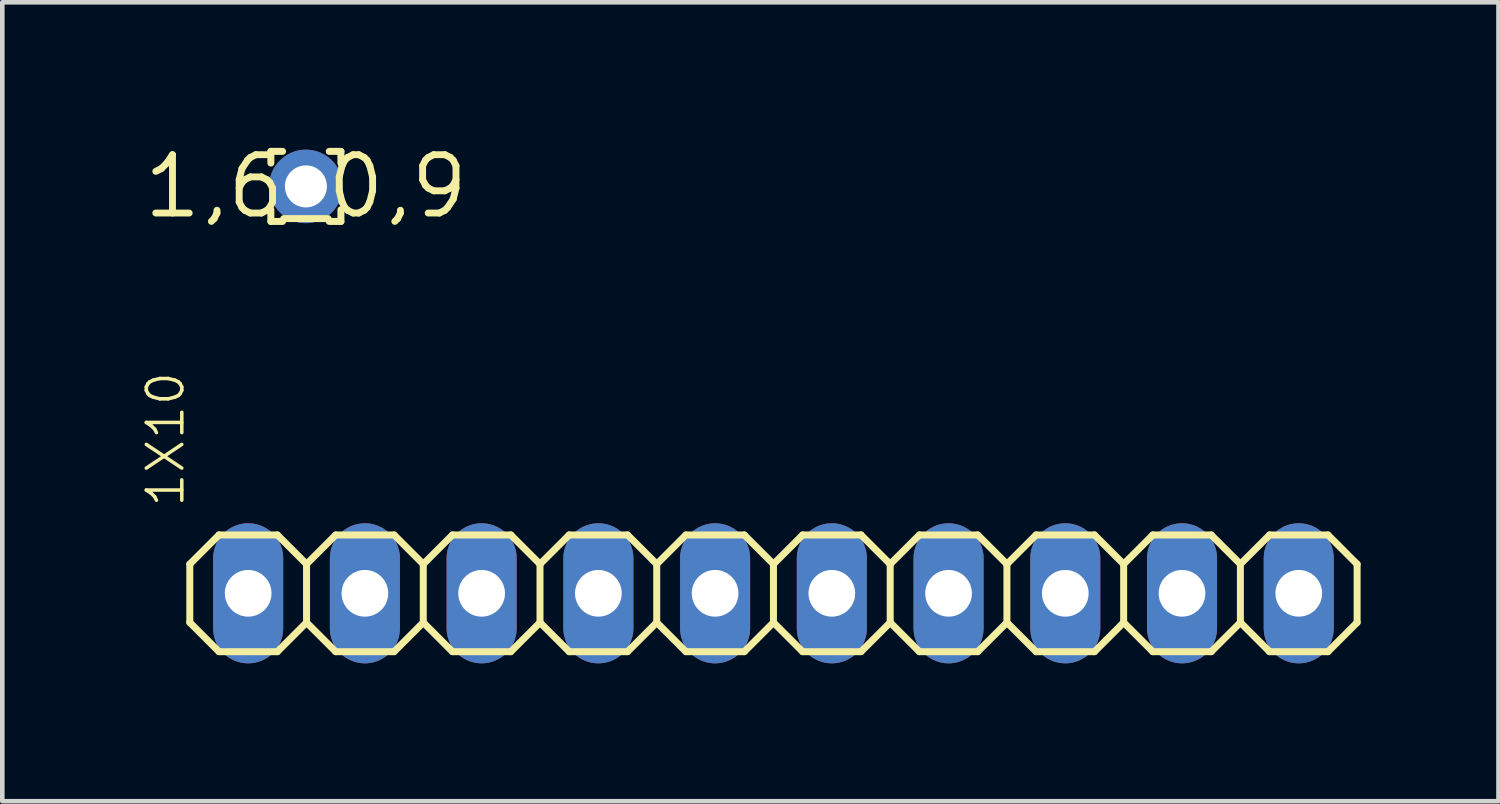
<source format=kicad_pcb>
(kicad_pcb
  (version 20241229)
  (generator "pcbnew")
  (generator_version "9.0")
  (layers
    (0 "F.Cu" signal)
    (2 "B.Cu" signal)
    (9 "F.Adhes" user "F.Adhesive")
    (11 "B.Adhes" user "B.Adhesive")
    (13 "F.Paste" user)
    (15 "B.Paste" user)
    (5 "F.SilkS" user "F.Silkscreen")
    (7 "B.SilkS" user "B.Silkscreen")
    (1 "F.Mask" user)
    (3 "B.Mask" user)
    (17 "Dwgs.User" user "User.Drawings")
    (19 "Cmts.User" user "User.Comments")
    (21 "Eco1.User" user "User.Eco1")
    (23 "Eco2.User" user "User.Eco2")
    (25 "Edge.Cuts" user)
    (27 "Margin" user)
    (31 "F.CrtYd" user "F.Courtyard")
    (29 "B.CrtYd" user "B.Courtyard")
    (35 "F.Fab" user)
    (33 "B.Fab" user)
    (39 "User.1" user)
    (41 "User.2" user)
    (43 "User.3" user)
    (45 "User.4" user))
  (footprint "1X10"
    (layer "F.Cu")
    (at 13.78 9.86)
    (property "Reference" "1X10" (at -12.776 -1.829 90) (layer "F.SilkS") (effects (font (size 0.772 0.772) (thickness 0.077)) (justify left bottom)))
    (attr through_hole)
    (fp_line (start -12.7 -0.635) (end -12.7 0.635) (stroke (width 0.152) (type solid)) (layer "F.SilkS"))
    (fp_line (start -12.7 0.635) (end -12.065 1.27) (stroke (width 0.152) (type solid)) (layer "F.SilkS"))
    (fp_line (start -12.065 -1.27) (end -12.7 -0.635) (stroke (width 0.152) (type solid)) (layer "F.SilkS"))
    (fp_line (start -12.065 -1.27) (end -10.795 -1.27) (stroke (width 0.152) (type solid)) (layer "F.SilkS"))
    (fp_line (start -10.795 -1.27) (end -10.16 -0.635) (stroke (width 0.152) (type solid)) (layer "F.SilkS"))
    (fp_line (start -10.795 1.27) (end -12.065 1.27) (stroke (width 0.152) (type solid)) (layer "F.SilkS"))
    (fp_line (start -10.16 -0.635) (end -10.16 0.635) (stroke (width 0.152) (type solid)) (layer "F.SilkS"))
    (fp_line (start -10.16 -0.635) (end -9.525 -1.27) (stroke (width 0.152) (type solid)) (layer "F.SilkS"))
    (fp_line (start -10.16 0.635) (end -10.795 1.27) (stroke (width 0.152) (type solid)) (layer "F.SilkS"))
    (fp_line (start -9.525 -1.27) (end -8.255 -1.27) (stroke (width 0.152) (type solid)) (layer "F.SilkS"))
    (fp_line (start -9.525 1.27) (end -10.16 0.635) (stroke (width 0.152) (type solid)) (layer "F.SilkS"))
    (fp_line (start -8.255 -1.27) (end -7.62 -0.635) (stroke (width 0.152) (type solid)) (layer "F.SilkS"))
    (fp_line (start -8.255 1.27) (end -9.525 1.27) (stroke (width 0.152) (type solid)) (layer "F.SilkS"))
    (fp_line (start -7.62 -0.635) (end -7.62 0.635) (stroke (width 0.152) (type solid)) (layer "F.SilkS"))
    (fp_line (start -7.62 -0.635) (end -6.985 -1.27) (stroke (width 0.152) (type solid)) (layer "F.SilkS"))
    (fp_line (start -7.62 0.635) (end -8.255 1.27) (stroke (width 0.152) (type solid)) (layer "F.SilkS"))
    (fp_line (start -6.985 -1.27) (end -5.715 -1.27) (stroke (width 0.152) (type solid)) (layer "F.SilkS"))
    (fp_line (start -6.985 1.27) (end -7.62 0.635) (stroke (width 0.152) (type solid)) (layer "F.SilkS"))
    (fp_line (start -5.715 -1.27) (end -5.08 -0.635) (stroke (width 0.152) (type solid)) (layer "F.SilkS"))
    (fp_line (start -5.715 1.27) (end -6.985 1.27) (stroke (width 0.152) (type solid)) (layer "F.SilkS"))
    (fp_line (start -5.08 -0.635) (end -5.08 0.635) (stroke (width 0.152) (type solid)) (layer "F.SilkS"))
    (fp_line (start -5.08 0.635) (end -5.715 1.27) (stroke (width 0.152) (type solid)) (layer "F.SilkS"))
    (fp_line (start -5.08 0.635) (end -4.445 1.27) (stroke (width 0.152) (type solid)) (layer "F.SilkS"))
    (fp_line (start -4.445 -1.27) (end -5.08 -0.635) (stroke (width 0.152) (type solid)) (layer "F.SilkS"))
    (fp_line (start -4.445 -1.27) (end -3.175 -1.27) (stroke (width 0.152) (type solid)) (layer "F.SilkS"))
    (fp_line (start -3.175 -1.27) (end -2.54 -0.635) (stroke (width 0.152) (type solid)) (layer "F.SilkS"))
    (fp_line (start -3.175 1.27) (end -4.445 1.27) (stroke (width 0.152) (type solid)) (layer "F.SilkS"))
    (fp_line (start -2.54 -0.635) (end -2.54 0.635) (stroke (width 0.152) (type solid)) (layer "F.SilkS"))
    (fp_line (start -2.54 -0.635) (end -1.905 -1.27) (stroke (width 0.152) (type solid)) (layer "F.SilkS"))
    (fp_line (start -2.54 0.635) (end -3.175 1.27) (stroke (width 0.152) (type solid)) (layer "F.SilkS"))
    (fp_line (start -1.905 -1.27) (end -0.635 -1.27) (stroke (width 0.152) (type solid)) (layer "F.SilkS"))
    (fp_line (start -1.905 1.27) (end -2.54 0.635) (stroke (width 0.152) (type solid)) (layer "F.SilkS"))
    (fp_line (start -0.635 -1.27) (end 0 -0.635) (stroke (width 0.152) (type solid)) (layer "F.SilkS"))
    (fp_line (start -0.635 1.27) (end -1.905 1.27) (stroke (width 0.152) (type solid)) (layer "F.SilkS"))
    (fp_line (start 0 -0.635) (end 0 0.635) (stroke (width 0.152) (type solid)) (layer "F.SilkS"))
    (fp_line (start 0 -0.635) (end 0.635 -1.27) (stroke (width 0.152) (type solid)) (layer "F.SilkS"))
    (fp_line (start 0 0.635) (end -0.635 1.27) (stroke (width 0.152) (type solid)) (layer "F.SilkS"))
    (fp_line (start 0.635 -1.27) (end 1.905 -1.27) (stroke (width 0.152) (type solid)) (layer "F.SilkS"))
    (fp_line (start 0.635 1.27) (end 0 0.635) (stroke (width 0.152) (type solid)) (layer "F.SilkS"))
    (fp_line (start 1.905 -1.27) (end 2.54 -0.635) (stroke (width 0.152) (type solid)) (layer "F.SilkS"))
    (fp_line (start 1.905 1.27) (end 0.635 1.27) (stroke (width 0.152) (type solid)) (layer "F.SilkS"))
    (fp_line (start 2.54 -0.635) (end 2.54 0.635) (stroke (width 0.152) (type solid)) (layer "F.SilkS"))
    (fp_line (start 2.54 0.635) (end 1.905 1.27) (stroke (width 0.152) (type solid)) (layer "F.SilkS"))
    (fp_line (start 2.54 0.635) (end 3.175 1.27) (stroke (width 0.152) (type solid)) (layer "F.SilkS"))
    (fp_line (start 3.175 -1.27) (end 2.54 -0.635) (stroke (width 0.152) (type solid)) (layer "F.SilkS"))
    (fp_line (start 3.175 -1.27) (end 4.445 -1.27) (stroke (width 0.152) (type solid)) (layer "F.SilkS"))
    (fp_line (start 4.445 -1.27) (end 5.08 -0.635) (stroke (width 0.152) (type solid)) (layer "F.SilkS"))
    (fp_line (start 4.445 1.27) (end 3.175 1.27) (stroke (width 0.152) (type solid)) (layer "F.SilkS"))
    (fp_line (start 5.08 -0.635) (end 5.08 0.635) (stroke (width 0.152) (type solid)) (layer "F.SilkS"))
    (fp_line (start 5.08 -0.635) (end 5.715 -1.27) (stroke (width 0.152) (type solid)) (layer "F.SilkS"))
    (fp_line (start 5.08 0.635) (end 4.445 1.27) (stroke (width 0.152) (type solid)) (layer "F.SilkS"))
    (fp_line (start 5.715 -1.27) (end 6.985 -1.27) (stroke (width 0.152) (type solid)) (layer "F.SilkS"))
    (fp_line (start 5.715 1.27) (end 5.08 0.635) (stroke (width 0.152) (type solid)) (layer "F.SilkS"))
    (fp_line (start 6.985 -1.27) (end 7.62 -0.635) (stroke (width 0.152) (type solid)) (layer "F.SilkS"))
    (fp_line (start 6.985 1.27) (end 5.715 1.27) (stroke (width 0.152) (type solid)) (layer "F.SilkS"))
    (fp_line (start 7.62 -0.635) (end 7.62 0.635) (stroke (width 0.152) (type solid)) (layer "F.SilkS"))
    (fp_line (start 7.62 -0.635) (end 8.255 -1.27) (stroke (width 0.152) (type solid)) (layer "F.SilkS"))
    (fp_line (start 7.62 0.635) (end 6.985 1.27) (stroke (width 0.152) (type solid)) (layer "F.SilkS"))
    (fp_line (start 8.255 -1.27) (end 9.525 -1.27) (stroke (width 0.152) (type solid)) (layer "F.SilkS"))
    (fp_line (start 8.255 1.27) (end 7.62 0.635) (stroke (width 0.152) (type solid)) (layer "F.SilkS"))
    (fp_line (start 9.525 -1.27) (end 10.16 -0.635) (stroke (width 0.152) (type solid)) (layer "F.SilkS"))
    (fp_line (start 9.525 1.27) (end 8.255 1.27) (stroke (width 0.152) (type solid)) (layer "F.SilkS"))
    (fp_line (start 10.16 -0.635) (end 10.16 0.635) (stroke (width 0.152) (type solid)) (layer "F.SilkS"))
    (fp_line (start 10.16 0.635) (end 9.525 1.27) (stroke (width 0.152) (type solid)) (layer "F.SilkS"))
    (fp_line (start 10.16 0.635) (end 10.795 1.27) (stroke (width 0.152) (type solid)) (layer "F.SilkS"))
    (fp_line (start 10.795 -1.27) (end 10.16 -0.635) (stroke (width 0.152) (type solid)) (layer "F.SilkS"))
    (fp_line (start 10.795 -1.27) (end 12.065 -1.27) (stroke (width 0.152) (type solid)) (layer "F.SilkS"))
    (fp_line (start 12.065 -1.27) (end 12.7 -0.635) (stroke (width 0.152) (type solid)) (layer "F.SilkS"))
    (fp_line (start 12.065 1.27) (end 10.795 1.27) (stroke (width 0.152) (type solid)) (layer "F.SilkS"))
    (fp_line (start 12.7 -0.635) (end 12.7 0.635) (stroke (width 0.152) (type solid)) (layer "F.SilkS"))
    (fp_line (start 12.7 0.635) (end 12.065 1.27) (stroke (width 0.152) (type solid)) (layer "F.SilkS"))
    (fp_poly (pts (xy -11.684 0.254) (xy -11.176 0.254) (xy -11.176 -0.254) (xy -11.684 -0.254)) (stroke (width 0.1) (type solid)) (fill no) (layer "F.Fab"))
    (fp_poly (pts (xy -9.144 0.254) (xy -8.636 0.254) (xy -8.636 -0.254) (xy -9.144 -0.254)) (stroke (width 0.1) (type solid)) (fill no) (layer "F.Fab"))
    (fp_poly (pts (xy -6.604 0.254) (xy -6.096 0.254) (xy -6.096 -0.254) (xy -6.604 -0.254)) (stroke (width 0.1) (type solid)) (fill no) (layer "F.Fab"))
    (fp_poly (pts (xy -4.064 0.254) (xy -3.556 0.254) (xy -3.556 -0.254) (xy -4.064 -0.254)) (stroke (width 0.1) (type solid)) (fill no) (layer "F.Fab"))
    (fp_poly (pts (xy -1.524 0.254) (xy -1.016 0.254) (xy -1.016 -0.254) (xy -1.524 -0.254)) (stroke (width 0.1) (type solid)) (fill no) (layer "F.Fab"))
    (fp_poly (pts (xy 1.016 0.254) (xy 1.524 0.254) (xy 1.524 -0.254) (xy 1.016 -0.254)) (stroke (width 0.1) (type solid)) (fill no) (layer "F.Fab"))
    (fp_poly (pts (xy 3.556 0.254) (xy 4.064 0.254) (xy 4.064 -0.254) (xy 3.556 -0.254)) (stroke (width 0.1) (type solid)) (fill no) (layer "F.Fab"))
    (fp_poly (pts (xy 6.096 0.254) (xy 6.604 0.254) (xy 6.604 -0.254) (xy 6.096 -0.254)) (stroke (width 0.1) (type solid)) (fill no) (layer "F.Fab"))
    (fp_poly (pts (xy 8.636 0.254) (xy 9.144 0.254) (xy 9.144 -0.254) (xy 8.636 -0.254)) (stroke (width 0.1) (type solid)) (fill no) (layer "F.Fab"))
    (fp_poly (pts (xy 11.176 0.254) (xy 11.684 0.254) (xy 11.684 -0.254) (xy 11.176 -0.254)) (stroke (width 0.1) (type solid)) (fill no) (layer "F.Fab"))
    (pad "1" thru_hole oval (at -11.43 0 90) (size 3.048 1.524) (drill 1.016) (layers "*.Cu" "*.Mask"))
    (pad "2" thru_hole oval (at -8.89 0 90) (size 3.048 1.524) (drill 1.016) (layers "*.Cu" "*.Mask"))
    (pad "3" thru_hole oval (at -6.35 0 90) (size 3.048 1.524) (drill 1.016) (layers "*.Cu" "*.Mask"))
    (pad "4" thru_hole oval (at -3.81 0 90) (size 3.048 1.524) (drill 1.016) (layers "*.Cu" "*.Mask"))
    (pad "5" thru_hole oval (at -1.27 0 90) (size 3.048 1.524) (drill 1.016) (layers "*.Cu" "*.Mask"))
    (pad "6" thru_hole oval (at 1.27 0 90) (size 3.048 1.524) (drill 1.016) (layers "*.Cu" "*.Mask"))
    (pad "7" thru_hole oval (at 3.81 0 90) (size 3.048 1.524) (drill 1.016) (layers "*.Cu" "*.Mask"))
    (pad "8" thru_hole oval (at 6.35 0 90) (size 3.048 1.524) (drill 1.016) (layers "*.Cu" "*.Mask"))
    (pad "9" thru_hole oval (at 8.89 0 90) (size 3.048 1.524) (drill 1.016) (layers "*.Cu" "*.Mask"))
    (pad "10" thru_hole oval (at 11.43 0 90) (size 3.048 1.524) (drill 1.016) (layers "*.Cu" "*.Mask")))
  (footprint "1,6_0,9"
    (layer "F.Cu")
    (at 3.606 1.006)
    (property "Reference" "1,6_0,9" (at 0 0 0) (layer "F.SilkS") (effects (font (size 1.27 1.27) (thickness 0.15))))
    (attr through_hole)
    (fp_line (start -0.762 -0.762) (end -0.762 -0.508) (stroke (width 0.152) (type solid)) (layer "F.SilkS"))
    (fp_line (start -0.762 0.508) (end -0.762 0.762) (stroke (width 0.152) (type solid)) (layer "F.SilkS"))
    (fp_line (start -0.762 0.762) (end -0.508 0.762) (stroke (width 0.152) (type solid)) (layer "F.SilkS"))
    (fp_line (start -0.508 -0.762) (end -0.762 -0.762) (stroke (width 0.152) (type solid)) (layer "F.SilkS"))
    (fp_line (start 0.508 0.762) (end 0.762 0.762) (stroke (width 0.152) (type solid)) (layer "F.SilkS"))
    (fp_line (start 0.762 -0.762) (end 0.508 -0.762) (stroke (width 0.152) (type solid)) (layer "F.SilkS"))
    (fp_line (start 0.762 -0.508) (end 0.762 -0.762) (stroke (width 0.152) (type solid)) (layer "F.SilkS"))
    (fp_line (start 0.762 0.762) (end 0.762 0.508) (stroke (width 0.152) (type solid)) (layer "F.SilkS"))
    (pad "1" thru_hole circle (at 0 0) (size 1.6 1.6) (drill 0.914) (layers "*.Cu" "*.Mask")))
  (gr_rect
    (start -3 -3)
    (end 29.556 14.384)
    (stroke (width 0.1) (type default))
    (fill no)
    (layer "Edge.Cuts")))
</source>
